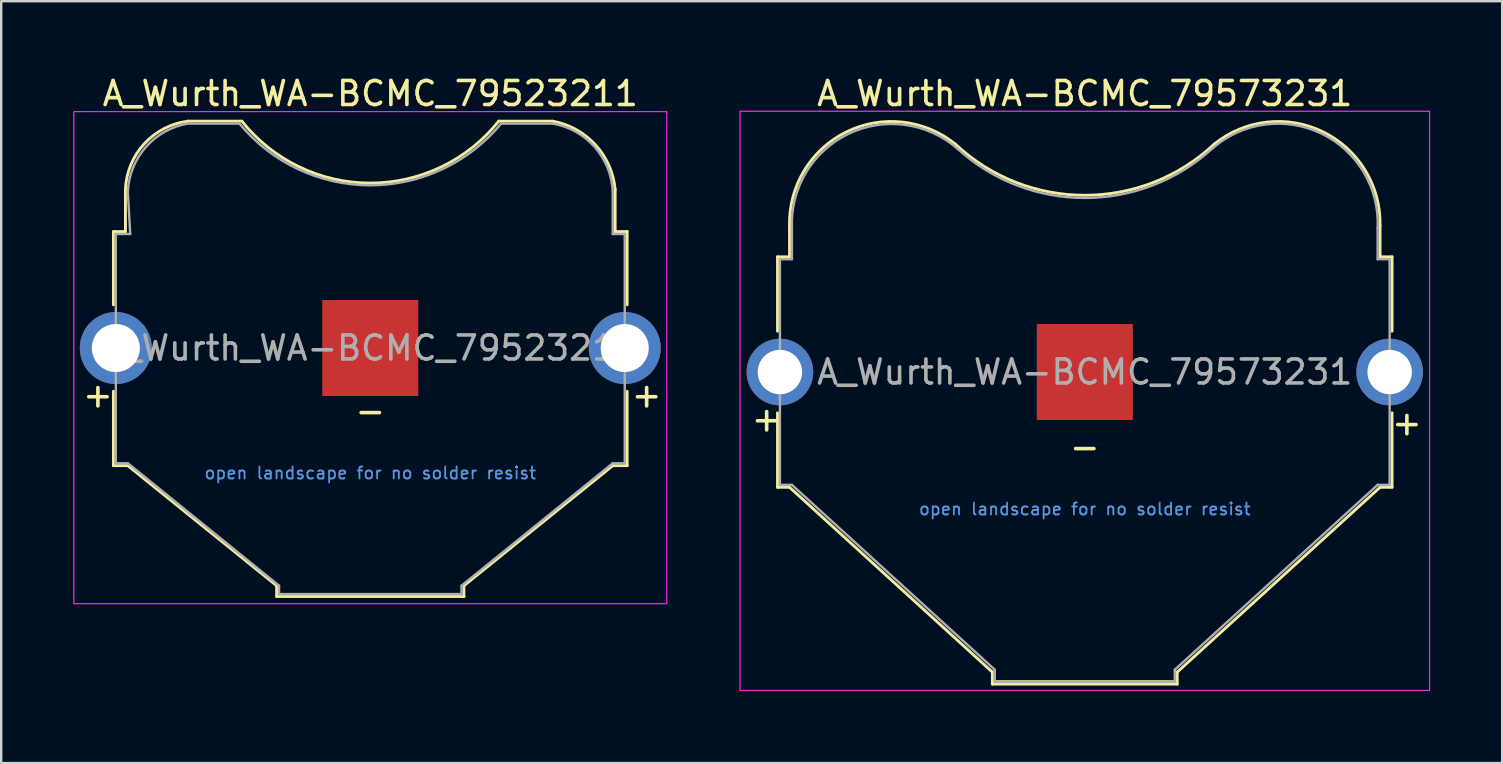
<source format=kicad_pcb>
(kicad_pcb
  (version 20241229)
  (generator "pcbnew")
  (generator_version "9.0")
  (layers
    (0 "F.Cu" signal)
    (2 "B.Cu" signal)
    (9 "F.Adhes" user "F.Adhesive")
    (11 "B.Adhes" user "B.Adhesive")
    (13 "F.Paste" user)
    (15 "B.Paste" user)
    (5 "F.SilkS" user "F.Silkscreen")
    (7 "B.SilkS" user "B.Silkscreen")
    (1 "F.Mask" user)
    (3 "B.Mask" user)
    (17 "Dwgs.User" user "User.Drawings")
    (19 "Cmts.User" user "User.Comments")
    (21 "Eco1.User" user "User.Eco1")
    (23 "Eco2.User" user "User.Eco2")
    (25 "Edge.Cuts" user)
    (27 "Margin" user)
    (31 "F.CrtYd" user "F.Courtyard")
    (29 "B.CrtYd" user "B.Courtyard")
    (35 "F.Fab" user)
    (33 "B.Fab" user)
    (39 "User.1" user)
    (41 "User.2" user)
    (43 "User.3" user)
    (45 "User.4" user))
  (footprint "A_Wurth_WA-BCMC_79523211"
    (layer "F.Cu")
    (at 12.375 11.448)
    (property "Reference" "A_Wurth_WA-BCMC_79523211" (at 0 -10.6 0) (unlocked yes) (layer "F.SilkS") (effects (font (size 1 1) (thickness 0.15))))
    (attr through_hole)
    (fp_poly (pts (xy -5.415 -9.385) (xy -5.413 -9.383) (xy -5.054 -8.981) (xy -4.667 -8.608) (xy -4.252 -8.266) (xy -3.813 -7.957) (xy -3.351 -7.682) (xy -2.869 -7.444) (xy -2.371 -7.243) (xy -1.859 -7.081) (xy -1.336 -6.958) (xy -0.804 -6.876) (xy -0.269 -6.835) (xy 0.269 -6.835) (xy 0.804 -6.876) (xy 1.336 -6.958) (xy 1.859 -7.081) (xy 2.371 -7.243) (xy 2.869 -7.444) (xy 3.351 -7.682) (xy 3.813 -7.957) (xy 4.252 -8.266) (xy 4.666 -8.607) (xy 5.429 -9.4) (xy 7.65 -9.4) (xy 7.65 -9.39) (xy 7.944 -9.322) (xy 7.949 -9.32) (xy 8.271 -9.206) (xy 8.276 -9.204) (xy 8.583 -9.054) (xy 8.588 -9.051) (xy 8.876 -8.868) (xy 8.881 -8.864) (xy 9.146 -8.65) (xy 9.15 -8.646) (xy 9.39 -8.402) (xy 9.393 -8.398) (xy 9.604 -8.129) (xy 9.607 -8.124) (xy 9.785 -7.833) (xy 9.788 -7.828) (xy 9.933 -7.519) (xy 9.935 -7.513) (xy 10.045 -7.186) (xy 10.15 -6.504) (xy 10.15 -4.8) (xy 10.65 -4.8) (xy 10.65 4.85) (xy 10.118 4.85) (xy 3.85 9.924) (xy 3.85 10.3) (xy -3.85 10.3) (xy -3.85 9.924) (xy -10.118 4.85) (xy -10.65 4.85) (xy -10.65 -4.8) (xy -10.15 -4.8) (xy -10.15 -6.452) (xy -10.155 -6.453) (xy -10.15 -6.502) (xy -10.15 -6.55) (xy -10.145 -6.55) (xy -10.117 -6.845) (xy -10.116 -6.85) (xy -10.045 -7.184) (xy -10.043 -7.19) (xy -9.935 -7.513) (xy -9.933 -7.519) (xy -9.788 -7.828) (xy -9.785 -7.833) (xy -9.607 -8.124) (xy -9.604 -8.129) (xy -9.393 -8.398) (xy -9.39 -8.402) (xy -9.15 -8.646) (xy -9.146 -8.65) (xy -8.881 -8.864) (xy -8.876 -8.868) (xy -8.588 -9.051) (xy -8.583 -9.054) (xy -8.273 -9.206) (xy -7.607 -9.4) (xy -5.429 -9.4)) (stroke (width 0) (type default)) (fill yes) (layer "F.Mask"))
    (fp_line (start -10.7 -4.85) (end -10.2 -4.85) (stroke (width 0.12) (type solid)) (layer "F.SilkS"))
    (fp_line (start -10.7 -1.8) (end -10.7 -4.85) (stroke (width 0.12) (type solid)) (layer "F.SilkS"))
    (fp_line (start -10.7 1.8) (end -10.7 4.9) (stroke (width 0.12) (type solid)) (layer "F.SilkS"))
    (fp_line (start -10.7 4.9) (end -10.1 4.9) (stroke (width 0.12) (type solid)) (layer "F.SilkS"))
    (fp_line (start -10.2 -4.85) (end -10.2 -6.6) (stroke (width 0.12) (type solid)) (layer "F.SilkS"))
    (fp_line (start -7.6 -9.45) (end -5.35 -9.45) (stroke (width 0.12) (type solid)) (layer "F.SilkS"))
    (fp_line (start -3.9 9.9) (end -10.1 4.9) (stroke (width 0.12) (type solid)) (layer "F.SilkS"))
    (fp_line (start -3.9 10.35) (end -3.9 9.9) (stroke (width 0.12) (type solid)) (layer "F.SilkS"))
    (fp_line (start -3.9 10.35) (end 3.9 10.35) (stroke (width 0.12) (type solid)) (layer "F.SilkS"))
    (fp_line (start 3.9 9.9) (end 10.1 4.9) (stroke (width 0.12) (type solid)) (layer "F.SilkS"))
    (fp_line (start 3.9 10.35) (end 3.9 9.9) (stroke (width 0.12) (type solid)) (layer "F.SilkS"))
    (fp_line (start 5.35 -9.45) (end 7.6 -9.45) (stroke (width 0.12) (type solid)) (layer "F.SilkS"))
    (fp_line (start 10.1 4.9) (end 10.7 4.9) (stroke (width 0.12) (type solid)) (layer "F.SilkS"))
    (fp_line (start 10.2 -4.85) (end 10.2 -6.6) (stroke (width 0.12) (type solid)) (layer "F.SilkS"))
    (fp_line (start 10.7 -4.85) (end 10.2 -4.85) (stroke (width 0.12) (type solid)) (layer "F.SilkS"))
    (fp_line (start 10.7 -1.8) (end 10.7 -4.85) (stroke (width 0.12) (type solid)) (layer "F.SilkS"))
    (fp_line (start 10.7 4.9) (end 10.7 1.8) (stroke (width 0.12) (type solid)) (layer "F.SilkS"))
    (fp_arc (start -10.2 -6.6) (mid -9.422153 -8.501352) (end -7.599998 -9.45) (stroke (width 0.12) (type solid)) (layer "F.SilkS"))
    (fp_arc (start 5.35 -9.45) (mid 0 -6.871203) (end -5.35 -9.45) (stroke (width 0.12) (type solid)) (layer "F.SilkS"))
    (fp_arc (start 7.599999 -9.45) (mid 9.38025 -8.463124) (end 10.2 -6.6) (stroke (width 0.12) (type solid)) (layer "F.SilkS"))
    (fp_rect (start -12.35 -9.85) (end 12.35 10.65) (stroke (width 0.05) (type default)) (fill no) (layer "F.CrtYd"))
    (fp_line (start -10.6 -4.75) (end -10.6 4.8) (stroke (width 0.1) (type solid)) (layer "F.Fab"))
    (fp_line (start -10.6 -4.75) (end -10 -4.75) (stroke (width 0.1) (type solid)) (layer "F.Fab"))
    (fp_line (start -10.6 4.8) (end -10.1 4.8) (stroke (width 0.1) (type solid)) (layer "F.Fab"))
    (fp_line (start -10 -4.75) (end -10.1 -6.5) (stroke (width 0.1) (type solid)) (layer "F.Fab"))
    (fp_line (start -7.6 -9.35) (end -5.45 -9.35) (stroke (width 0.1) (type solid)) (layer "F.Fab"))
    (fp_line (start -3.8 9.9) (end -10.1 4.8) (stroke (width 0.1) (type solid)) (layer "F.Fab"))
    (fp_line (start -3.8 10.25) (end -3.8 9.9) (stroke (width 0.1) (type solid)) (layer "F.Fab"))
    (fp_line (start -3.8 10.25) (end 3.8 10.25) (stroke (width 0.1) (type solid)) (layer "F.Fab"))
    (fp_line (start 3.8 9.9) (end 10.1 4.8) (stroke (width 0.1) (type solid)) (layer "F.Fab"))
    (fp_line (start 3.8 10.25) (end 3.8 9.9) (stroke (width 0.1) (type solid)) (layer "F.Fab"))
    (fp_line (start 7.6 -9.35) (end 5.45 -9.35) (stroke (width 0.1) (type solid)) (layer "F.Fab"))
    (fp_line (start 10.1 -4.75) (end 10.1 -6.5) (stroke (width 0.1) (type solid)) (layer "F.Fab"))
    (fp_line (start 10.1 -4.75) (end 10.6 -4.75) (stroke (width 0.1) (type solid)) (layer "F.Fab"))
    (fp_line (start 10.1 4.8) (end 10.6 4.8) (stroke (width 0.1) (type solid)) (layer "F.Fab"))
    (fp_line (start 10.6 -4.75) (end 10.6 4.8) (stroke (width 0.1) (type solid)) (layer "F.Fab"))
    (fp_arc (start -10.1 -6.5) (mid -9.354043 -8.367144) (end -7.599999 -9.350001) (stroke (width 0.1) (type solid)) (layer "F.Fab"))
    (fp_arc (start 5.449999 -9.349999) (mid -0.000001 -6.779763) (end -5.45 -9.35) (stroke (width 0.1) (type solid)) (layer "F.Fab"))
    (fp_arc (start 7.6 -9.35) (mid 9.354044 -8.367143) (end 10.099999 -6.499999) (stroke (width 0.1) (type solid)) (layer "F.Fab"))
    (fp_text user "-" (at 0 3.2 0) (layer "F.SilkS") (effects (font (size 1 1) (thickness 0.15)) (justify bottom)))
    (fp_text user "+" (at 10.795 2.54 0) (layer "F.SilkS") (effects (font (size 1 1) (thickness 0.15)) (justify left bottom)))
    (fp_text user "+" (at -12.065 2.54 0) (layer "F.SilkS") (effects (font (size 1 1) (thickness 0.15)) (justify left bottom)))
    (fp_text user "open landscape for no solder resist" (at 0 5.5 0) (layer "Cmts.User") (effects (font (size 0.5 0.5) (thickness 0.075)) (justify bottom)))
    (fp_text user "${REFERENCE}" (at 0 0 0) (unlocked yes) (layer "F.Fab") (effects (font (size 1 1) (thickness 0.15))))
    (pad "+" thru_hole circle (at -10.6 0) (size 3 3) (drill 2) (layers "*.Cu" "*.Mask"))
    (pad "+" thru_hole circle (at 10.6 0) (size 3 3) (drill 2) (layers "*.Cu" "*.Mask"))
    (pad "-" smd rect (at 0 0) (size 4 4) (layers "F.Cu" "F.Mask" "F.Paste")))
  (footprint "A_Wurth_WA-BCMC_79573231"
    (layer "F.Cu")
    (at 42.139 12.448)
    (property "Reference" "A_Wurth_WA-BCMC_79573231" (at 0 -11.6 0) (unlocked yes) (layer "F.SilkS") (effects (font (size 1 1) (thickness 0.15))))
    (attr through_hole)
    (fp_poly (pts (xy 8.285 -10.39) (xy 8.29 -10.39) (xy 8.693 -10.348) (xy 8.698 -10.347) (xy 9.095 -10.266) (xy 9.1 -10.265) (xy 9.487 -10.145) (xy 9.491 -10.144) (xy 9.865 -9.987) (xy 9.869 -9.985) (xy 10.226 -9.792) (xy 10.23 -9.79) (xy 10.566 -9.563) (xy 10.57 -9.561) (xy 10.883 -9.303) (xy 10.886 -9.299) (xy 11.172 -9.012) (xy 11.175 -9.008) (xy 11.432 -8.695) (xy 11.434 -8.691) (xy 11.659 -8.353) (xy 11.662 -8.349) (xy 11.852 -7.992) (xy 11.854 -7.987) (xy 12.009 -7.613) (xy 12.011 -7.608) (xy 12.128 -7.22) (xy 12.129 -7.216) (xy 12.209 -6.818) (xy 12.209 -6.813) (xy 12.249 -6.41) (xy 12.249 -6.405) (xy 12.25 -6.05) (xy 12.25 -6.05) (xy 12.25 -6) (xy 12.25 -5.95) (xy 12.25 -5.95) (xy 12.25 -4.75) (xy 12.75 -4.75) (xy 12.75 4.75) (xy 12.219 4.75) (xy 3.8 12.422) (xy 3.8 12.95) (xy -3.8 12.95) (xy -3.8 12.422) (xy -12.219 4.75) (xy -12.75 4.75) (xy -12.75 -4.75) (xy -12.25 -4.75) (xy -12.25 -6) (xy -12.247 -6.405) (xy -12.247 -6.409) (xy -12.205 -6.811) (xy -12.204 -6.816) (xy -12.124 -7.212) (xy -12.122 -7.217) (xy -12.004 -7.603) (xy -12.002 -7.608) (xy -11.846 -7.981) (xy -11.844 -7.985) (xy -11.653 -8.341) (xy -11.65 -8.346) (xy -11.425 -8.681) (xy -11.423 -8.685) (xy -11.166 -8.998) (xy -11.163 -9.001) (xy -10.877 -9.287) (xy -10.874 -9.291) (xy -10.562 -9.548) (xy -10.558 -9.551) (xy -10.222 -9.776) (xy -10.218 -9.779) (xy -9.863 -9.971) (xy -9.858 -9.973) (xy -9.485 -10.129) (xy -9.481 -10.131) (xy -9.095 -10.25) (xy -9.09 -10.252) (xy -8.694 -10.333) (xy -8.689 -10.334) (xy -8.287 -10.377) (xy -8.283 -10.377) (xy -7.878 -10.38) (xy -7.874 -10.38) (xy -7.471 -10.344) (xy -7.466 -10.344) (xy -7.069 -10.269) (xy -7.064 -10.268) (xy -6.676 -10.155) (xy -6.671 -10.153) (xy -6.296 -10.003) (xy -6.292 -10.001) (xy -5.933 -9.816) (xy -5.928 -9.813) (xy -5.589 -9.594) (xy -5.585 -9.591) (xy -5.269 -9.339) (xy -4.402 -8.656) (xy -3.937 -8.364) (xy -3.453 -8.104) (xy -2.951 -7.879) (xy -2.434 -7.69) (xy -1.906 -7.538) (xy -1.368 -7.423) (xy -0.824 -7.346) (xy -0.275 -7.307) (xy 0.275 -7.307) (xy 0.824 -7.346) (xy 1.368 -7.423) (xy 1.906 -7.538) (xy 2.434 -7.69) (xy 2.951 -7.879) (xy 3.453 -8.104) (xy 3.937 -8.364) (xy 4.403 -8.657) (xy 4.847 -8.982) (xy 5.266 -9.337) (xy 5.267 -9.338) (xy 5.928 -9.818) (xy 6.291 -10.008) (xy 6.295 -10.01) (xy 6.671 -10.162) (xy 6.675 -10.164) (xy 7.064 -10.278) (xy 7.069 -10.279) (xy 7.467 -10.355) (xy 7.472 -10.356) (xy 7.875 -10.393) (xy 7.88 -10.393)) (stroke (width 0) (type default)) (fill yes) (layer "F.Mask"))
    (fp_line (start -12.8 -4.8) (end -12.3 -4.8) (stroke (width 0.12) (type solid)) (layer "F.SilkS"))
    (fp_line (start -12.8 -1.7) (end -12.8 -4.8) (stroke (width 0.12) (type solid)) (layer "F.SilkS"))
    (fp_line (start -12.8 1.7) (end -12.8 4.8) (stroke (width 0.12) (type solid)) (layer "F.SilkS"))
    (fp_line (start -12.8 4.8) (end -12.3 4.8) (stroke (width 0.12) (type solid)) (layer "F.SilkS"))
    (fp_line (start -12.3 -4.8) (end -12.3 -6.1) (stroke (width 0.12) (type solid)) (layer "F.SilkS"))
    (fp_line (start -12.3 4.8) (end -3.85 12.5) (stroke (width 0.12) (type solid)) (layer "F.SilkS"))
    (fp_line (start -3.85 12.5) (end -3.85 13) (stroke (width 0.12) (type solid)) (layer "F.SilkS"))
    (fp_line (start -3.85 13) (end 3.85 13) (stroke (width 0.12) (type solid)) (layer "F.SilkS"))
    (fp_line (start -3.75 12.9) (end 3.75 12.9) (stroke (width 0.127) (type solid)) (layer "F.SilkS"))
    (fp_line (start 3.85 12.5) (end 12.3 4.8) (stroke (width 0.12) (type solid)) (layer "F.SilkS"))
    (fp_line (start 3.85 13) (end 3.85 12.5) (stroke (width 0.12) (type solid)) (layer "F.SilkS"))
    (fp_line (start 12.3 -4.8) (end 12.3 -6.1) (stroke (width 0.12) (type solid)) (layer "F.SilkS"))
    (fp_line (start 12.3 4.8) (end 12.8 4.8) (stroke (width 0.12) (type solid)) (layer "F.SilkS"))
    (fp_line (start 12.8 -4.8) (end 12.3 -4.8) (stroke (width 0.12) (type solid)) (layer "F.SilkS"))
    (fp_line (start 12.8 -1.7) (end 12.8 -4.8) (stroke (width 0.12) (type solid)) (layer "F.SilkS"))
    (fp_line (start 12.8 4.8) (end 12.8 1.7) (stroke (width 0.12) (type solid)) (layer "F.SilkS"))
    (fp_arc (start -12.3 -6.1) (mid -9.934202 -10.000293) (end -5.399999 -9.5) (stroke (width 0.12) (type solid)) (layer "F.SilkS"))
    (fp_arc (start 5.399999 -9.5) (mid 9.934202 -10.000294) (end 12.3 -6.1) (stroke (width 0.12) (type solid)) (layer "F.SilkS"))
    (fp_arc (start 5.4 -9.5) (mid 0 -7.362762) (end -5.4 -9.5) (stroke (width 0.12) (type solid)) (layer "F.SilkS"))
    (fp_rect (start -14.364 -10.864) (end 14.364 13.264) (stroke (width 0.05) (type default)) (fill no) (layer "F.CrtYd"))
    (fp_line (start -12.7 -4.7) (end -12.7 4.7) (stroke (width 0.1) (type solid)) (layer "F.Fab"))
    (fp_line (start -12.7 -4.7) (end -12.2 -4.7) (stroke (width 0.1) (type solid)) (layer "F.Fab"))
    (fp_line (start -12.7 4.7) (end -12.2 4.7) (stroke (width 0.1) (type solid)) (layer "F.Fab"))
    (fp_line (start -12.2 -4.7) (end -12.2 -6) (stroke (width 0.1) (type solid)) (layer "F.Fab"))
    (fp_line (start -3.75 12.4) (end -12.2 4.7) (stroke (width 0.1) (type solid)) (layer "F.Fab"))
    (fp_line (start -3.75 12.9) (end -3.75 12.4) (stroke (width 0.1) (type solid)) (layer "F.Fab"))
    (fp_line (start -3.75 12.9) (end 3.75 12.9) (stroke (width 0.1) (type solid)) (layer "F.Fab"))
    (fp_line (start 3.75 12.4) (end 12.2 4.7) (stroke (width 0.1) (type solid)) (layer "F.Fab"))
    (fp_line (start 3.75 12.9) (end 3.75 12.4) (stroke (width 0.1) (type solid)) (layer "F.Fab"))
    (fp_line (start 12.2 -4.7) (end 12.2 -6) (stroke (width 0.1) (type solid)) (layer "F.Fab"))
    (fp_line (start 12.2 -4.7) (end 12.7 -4.7) (stroke (width 0.1) (type solid)) (layer "F.Fab"))
    (fp_line (start 12.2 4.7) (end 12.7 4.7) (stroke (width 0.1) (type solid)) (layer "F.Fab"))
    (fp_line (start 12.7 -4.7) (end 12.7 4.7) (stroke (width 0.1) (type solid)) (layer "F.Fab"))
    (fp_arc (start -12.2 -6) (mid -9.838789 -9.926561) (end -5.299999 -9.299999) (stroke (width 0.1) (type solid)) (layer "F.Fab"))
    (fp_arc (start 5.299999 -9.299999) (mid -0.000001 -7.25244) (end -5.3 -9.3) (stroke (width 0.1) (type solid)) (layer "F.Fab"))
    (fp_arc (start 5.299999 -9.299999) (mid 9.845585 -9.940769) (end 12.2 -6) (stroke (width 0.1) (type solid)) (layer "F.Fab"))
    (fp_text user "+" (at -13.97 2.54 0) (layer "F.SilkS") (effects (font (size 1 1) (thickness 0.15)) (justify left bottom)))
    (fp_text user "-" (at 0 3.7 0) (layer "F.SilkS") (effects (font (size 1 1) (thickness 0.15)) (justify bottom)))
    (fp_text user "+" (at 12.7 2.7 0) (layer "F.SilkS") (effects (font (size 1 1) (thickness 0.15)) (justify left bottom)))
    (fp_text user "open landscape for no solder resist" (at 0 6 0) (layer "Cmts.User") (effects (font (size 0.5 0.5) (thickness 0.075)) (justify bottom)))
    (fp_text user "${REFERENCE}" (at 0 0 0) (unlocked yes) (layer "F.Fab") (effects (font (size 1 1) (thickness 0.15))))
    (pad "+" thru_hole circle (at -12.7 0) (size 2.775 2.775) (drill 1.85) (layers "*.Cu" "*.Mask"))
    (pad "+" thru_hole circle (at 12.7 0) (size 2.775 2.775) (drill 1.85) (layers "*.Cu" "*.Mask"))
    (pad "-" smd rect (at 0 0) (size 4 4) (layers "F.Cu" "F.Mask" "F.Paste")))
  (gr_rect
    (start -3 -3)
    (end 59.527 28.737)
    (stroke (width 0.1) (type default))
    (fill no)
    (layer "Edge.Cuts")))
</source>
